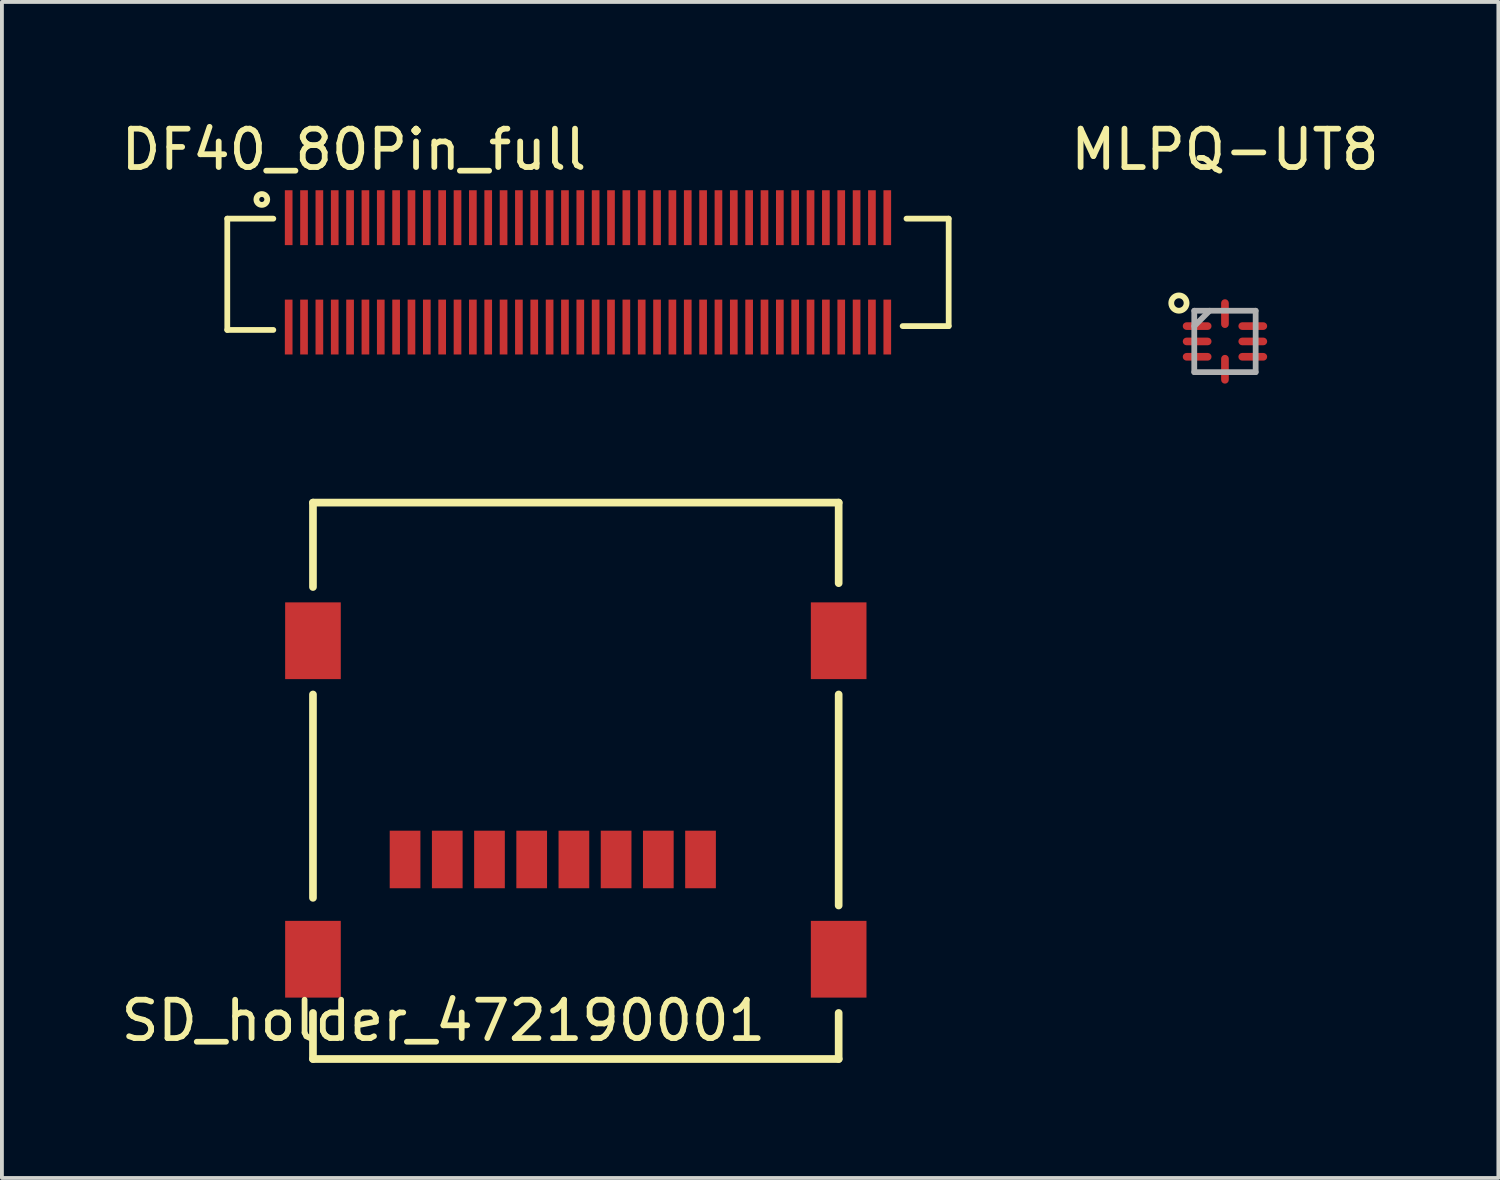
<source format=kicad_pcb>
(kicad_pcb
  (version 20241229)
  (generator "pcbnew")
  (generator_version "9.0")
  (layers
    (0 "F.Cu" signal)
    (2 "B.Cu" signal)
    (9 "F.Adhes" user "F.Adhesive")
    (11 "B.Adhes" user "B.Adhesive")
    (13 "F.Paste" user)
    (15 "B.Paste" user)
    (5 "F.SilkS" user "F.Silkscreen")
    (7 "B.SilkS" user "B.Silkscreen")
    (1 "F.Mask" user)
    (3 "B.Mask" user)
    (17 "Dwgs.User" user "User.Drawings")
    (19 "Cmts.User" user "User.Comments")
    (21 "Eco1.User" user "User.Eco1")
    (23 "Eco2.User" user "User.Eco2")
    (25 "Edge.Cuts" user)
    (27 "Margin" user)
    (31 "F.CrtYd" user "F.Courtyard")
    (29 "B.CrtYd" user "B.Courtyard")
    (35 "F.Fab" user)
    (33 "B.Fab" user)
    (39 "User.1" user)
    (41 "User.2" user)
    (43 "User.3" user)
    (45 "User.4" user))
  (footprint "SD_holder_472190001"
    (layer "F.Cu")
    (at 11.206 19.348)
    (property "Reference" "SD_holder_472190001" (at -2.7 4.2 0) (layer "F.SilkS") (effects (font (size 1 1) (thickness 0.15))))
    (attr through_hole)
    (fp_line (start -6.1 -9.3) (end 7.6 -9.3) (stroke (width 0.2) (type solid)) (layer "F.SilkS"))
    (fp_line (start -6.1 -7.1) (end -6.1 -9.3) (stroke (width 0.2) (type solid)) (layer "F.SilkS"))
    (fp_line (start -6.1 -4.3) (end -6.1 1) (stroke (width 0.2) (type solid)) (layer "F.SilkS"))
    (fp_line (start -6.1 4) (end -6.1 5.2) (stroke (width 0.2) (type solid)) (layer "F.SilkS"))
    (fp_line (start -6.1 5.2) (end 7.6 5.2) (stroke (width 0.2) (type solid)) (layer "F.SilkS"))
    (fp_line (start 7.6 -9.3) (end 7.6 -7.2) (stroke (width 0.2) (type solid)) (layer "F.SilkS"))
    (fp_line (start 7.6 1.2) (end 7.6 -4.3) (stroke (width 0.2) (type solid)) (layer "F.SilkS"))
    (fp_line (start 7.6 5.2) (end 7.6 4) (stroke (width 0.2) (type solid)) (layer "F.SilkS"))
    (pad "1" smd rect (at 4 0) (size 0.8 1.5) (layers "F.Cu" "F.Mask" "F.Paste"))
    (pad "2" smd rect (at 2.9 0) (size 0.8 1.5) (layers "F.Cu" "F.Mask" "F.Paste"))
    (pad "3" smd rect (at 1.8 0) (size 0.8 1.5) (layers "F.Cu" "F.Mask" "F.Paste"))
    (pad "4" smd rect (at 0.7 0) (size 0.8 1.5) (layers "F.Cu" "F.Mask" "F.Paste"))
    (pad "5" smd rect (at -0.4 0) (size 0.8 1.5) (layers "F.Cu" "F.Mask" "F.Paste"))
    (pad "6" smd rect (at -1.5 0) (size 0.8 1.5) (layers "F.Cu" "F.Mask" "F.Paste"))
    (pad "7" smd rect (at -2.6 0) (size 0.8 1.5) (layers "F.Cu" "F.Mask" "F.Paste"))
    (pad "8" smd rect (at -3.7 0) (size 0.8 1.5) (layers "F.Cu" "F.Mask" "F.Paste"))
    (pad "9" smd rect (at -6.1 -5.7) (size 1.45 2) (layers "F.Cu" "F.Mask" "F.Paste"))
    (pad "9" smd rect (at -6.1 2.6) (size 1.45 2) (layers "F.Cu" "F.Mask" "F.Paste"))
    (pad "9" smd rect (at 7.6 -5.7) (size 1.45 2) (layers "F.Cu" "F.Mask" "F.Paste"))
    (pad "9" smd rect (at 7.6 2.6) (size 1.45 2) (layers "F.Cu" "F.Mask" "F.Paste")))
  (footprint "MLPQ-UT8"
    (layer "F.Cu")
    (at 28.873 5.848)
    (property "Reference" "MLPQ-UT8" (at 0 -5 0) (layer "F.SilkS") (effects (font (size 1 1) (thickness 0.15))))
    (attr through_hole)
    (fp_circle (center -1.2 -1) (end -1.2 -0.8) (stroke (width 0.15) (type solid)) (fill no) (layer "F.SilkS"))
    (fp_line (start -0.8 -0.8) (end 0.8 -0.8) (stroke (width 0.15) (type solid)) (layer "F.Fab"))
    (fp_line (start -0.8 -0.4) (end -0.4 -0.8) (stroke (width 0.15) (type solid)) (layer "F.Fab"))
    (fp_line (start -0.8 0.8) (end -0.8 -0.8) (stroke (width 0.15) (type solid)) (layer "F.Fab"))
    (fp_line (start 0.8 -0.8) (end 0.8 0.8) (stroke (width 0.15) (type solid)) (layer "F.Fab"))
    (fp_line (start 0.8 0.8) (end -0.8 0.8) (stroke (width 0.15) (type solid)) (layer "F.Fab"))
    (pad "1" smd roundrect (at -0.725 -0.4 180) (size 0.75 0.2) (layers "F.Cu" "F.Mask" "F.Paste") (roundrect_rratio 0.5))
    (pad "2" smd roundrect (at -0.725 0 180) (size 0.75 0.2) (layers "F.Cu" "F.Mask" "F.Paste") (roundrect_rratio 0.5))
    (pad "3" smd roundrect (at -0.725 0.4 180) (size 0.75 0.2) (layers "F.Cu" "F.Mask" "F.Paste") (roundrect_rratio 0.5))
    (pad "4" smd roundrect (at 0 0.725 90) (size 0.75 0.2) (layers "F.Cu" "F.Mask" "F.Paste") (roundrect_rratio 0.5))
    (pad "5" smd roundrect (at 0.725 0.4 180) (size 0.75 0.2) (layers "F.Cu" "F.Mask" "F.Paste") (roundrect_rratio 0.5))
    (pad "6" smd roundrect (at 0.725 0 180) (size 0.75 0.2) (layers "F.Cu" "F.Mask" "F.Paste") (roundrect_rratio 0.5))
    (pad "7" smd roundrect (at 0.725 -0.4 180) (size 0.75 0.2) (layers "F.Cu" "F.Mask" "F.Paste") (roundrect_rratio 0.5))
    (pad "8" smd roundrect (at 0 -0.725 90) (size 0.75 0.2) (layers "F.Cu" "F.Mask" "F.Paste") (roundrect_rratio 0.5)))
  (footprint "DF40_80Pin_full"
    (layer "F.Cu")
    (at 12.273 4.048)
    (property "Reference" "DF40_80Pin_full" (at -6.1 -3.2 0) (layer "F.SilkS") (effects (font (size 1 1) (thickness 0.15))))
    (attr through_hole)
    (fp_line (start -9.4 -1.4) (end -9.4 1.5) (stroke (width 0.15) (type solid)) (layer "F.SilkS"))
    (fp_line (start -9.4 -1.4) (end -8.2 -1.4) (stroke (width 0.15) (type solid)) (layer "F.SilkS"))
    (fp_line (start -9.4 1.5) (end -8.2 1.5) (stroke (width 0.15) (type solid)) (layer "F.SilkS"))
    (fp_line (start 9.4 -1.4) (end 8.3 -1.4) (stroke (width 0.15) (type solid)) (layer "F.SilkS"))
    (fp_line (start 9.4 -1.4) (end 9.4 1.4) (stroke (width 0.15) (type solid)) (layer "F.SilkS"))
    (fp_line (start 9.4 1.4) (end 8.2 1.4) (stroke (width 0.15) (type solid)) (layer "F.SilkS"))
    (fp_circle (center -8.5 -1.9) (end -8.4 -1.8) (stroke (width 0.15) (type solid)) (fill no) (layer "F.SilkS"))
    (pad "1" smd rect (at -7.8 -1.425) (size 0.2 1.43) (layers "F.Cu" "F.Mask" "F.Paste"))
    (pad "2" smd rect (at -7.8 1.425) (size 0.2 1.43) (layers "F.Cu" "F.Mask" "F.Paste"))
    (pad "3" smd rect (at -7.4 -1.425) (size 0.2 1.43) (layers "F.Cu" "F.Mask" "F.Paste"))
    (pad "4" smd rect (at -7.4 1.425) (size 0.2 1.43) (layers "F.Cu" "F.Mask" "F.Paste"))
    (pad "5" smd rect (at -7 -1.425) (size 0.2 1.43) (layers "F.Cu" "F.Mask" "F.Paste"))
    (pad "6" smd rect (at -7 1.425) (size 0.2 1.43) (layers "F.Cu" "F.Mask" "F.Paste"))
    (pad "7" smd rect (at -6.6 -1.425) (size 0.2 1.43) (layers "F.Cu" "F.Mask" "F.Paste"))
    (pad "8" smd rect (at -6.6 1.425) (size 0.2 1.43) (layers "F.Cu" "F.Mask" "F.Paste"))
    (pad "9" smd rect (at -6.2 -1.425) (size 0.2 1.43) (layers "F.Cu" "F.Mask" "F.Paste"))
    (pad "10" smd rect (at -6.2 1.425) (size 0.2 1.43) (layers "F.Cu" "F.Mask" "F.Paste"))
    (pad "11" smd rect (at -5.8 -1.425) (size 0.2 1.43) (layers "F.Cu" "F.Mask" "F.Paste"))
    (pad "12" smd rect (at -5.8 1.425) (size 0.2 1.43) (layers "F.Cu" "F.Mask" "F.Paste"))
    (pad "13" smd rect (at -5.4 -1.425) (size 0.2 1.43) (layers "F.Cu" "F.Mask" "F.Paste"))
    (pad "14" smd rect (at -5.4 1.425) (size 0.2 1.43) (layers "F.Cu" "F.Mask" "F.Paste"))
    (pad "15" smd rect (at -5 -1.425) (size 0.2 1.43) (layers "F.Cu" "F.Mask" "F.Paste"))
    (pad "16" smd rect (at -5 1.425) (size 0.2 1.43) (layers "F.Cu" "F.Mask" "F.Paste"))
    (pad "17" smd rect (at -4.6 -1.425) (size 0.2 1.43) (layers "F.Cu" "F.Mask" "F.Paste"))
    (pad "18" smd rect (at -4.6 1.425) (size 0.2 1.43) (layers "F.Cu" "F.Mask" "F.Paste"))
    (pad "19" smd rect (at -4.2 -1.425) (size 0.2 1.43) (layers "F.Cu" "F.Mask" "F.Paste"))
    (pad "20" smd rect (at -4.2 1.425) (size 0.2 1.43) (layers "F.Cu" "F.Mask" "F.Paste"))
    (pad "21" smd rect (at -3.8 -1.425) (size 0.2 1.43) (layers "F.Cu" "F.Mask" "F.Paste"))
    (pad "22" smd rect (at -3.8 1.425) (size 0.2 1.43) (layers "F.Cu" "F.Mask" "F.Paste"))
    (pad "23" smd rect (at -3.4 -1.425) (size 0.2 1.43) (layers "F.Cu" "F.Mask" "F.Paste"))
    (pad "24" smd rect (at -3.4 1.425) (size 0.2 1.43) (layers "F.Cu" "F.Mask" "F.Paste"))
    (pad "25" smd rect (at -3 -1.425) (size 0.2 1.43) (layers "F.Cu" "F.Mask" "F.Paste"))
    (pad "26" smd rect (at -3 1.425) (size 0.2 1.43) (layers "F.Cu" "F.Mask" "F.Paste"))
    (pad "27" smd rect (at -2.6 -1.425) (size 0.2 1.43) (layers "F.Cu" "F.Mask" "F.Paste"))
    (pad "28" smd rect (at -2.6 1.425) (size 0.2 1.43) (layers "F.Cu" "F.Mask" "F.Paste"))
    (pad "29" smd rect (at -2.2 -1.425) (size 0.2 1.43) (layers "F.Cu" "F.Mask" "F.Paste"))
    (pad "30" smd rect (at -2.2 1.425) (size 0.2 1.43) (layers "F.Cu" "F.Mask" "F.Paste"))
    (pad "31" smd rect (at -1.8 -1.425) (size 0.2 1.43) (layers "F.Cu" "F.Mask" "F.Paste"))
    (pad "32" smd rect (at -1.8 1.425) (size 0.2 1.43) (layers "F.Cu" "F.Mask" "F.Paste"))
    (pad "33" smd rect (at -1.4 -1.425) (size 0.2 1.43) (layers "F.Cu" "F.Mask" "F.Paste"))
    (pad "34" smd rect (at -1.4 1.425) (size 0.2 1.43) (layers "F.Cu" "F.Mask" "F.Paste"))
    (pad "35" smd rect (at -1 -1.425) (size 0.2 1.43) (layers "F.Cu" "F.Mask" "F.Paste"))
    (pad "36" smd rect (at -1 1.425) (size 0.2 1.43) (layers "F.Cu" "F.Mask" "F.Paste"))
    (pad "37" smd rect (at -0.6 -1.425) (size 0.2 1.43) (layers "F.Cu" "F.Mask" "F.Paste"))
    (pad "38" smd rect (at -0.6 1.425) (size 0.2 1.43) (layers "F.Cu" "F.Mask" "F.Paste"))
    (pad "39" smd rect (at -0.2 -1.425) (size 0.2 1.43) (layers "F.Cu" "F.Mask" "F.Paste"))
    (pad "40" smd rect (at -0.2 1.425) (size 0.2 1.43) (layers "F.Cu" "F.Mask" "F.Paste"))
    (pad "41" smd rect (at 0.2 -1.425) (size 0.2 1.43) (layers "F.Cu" "F.Mask" "F.Paste"))
    (pad "42" smd rect (at 0.2 1.425) (size 0.2 1.43) (layers "F.Cu" "F.Mask" "F.Paste"))
    (pad "43" smd rect (at 0.6 -1.425) (size 0.2 1.43) (layers "F.Cu" "F.Mask" "F.Paste"))
    (pad "44" smd rect (at 0.6 1.425) (size 0.2 1.43) (layers "F.Cu" "F.Mask" "F.Paste"))
    (pad "45" smd rect (at 1 -1.425) (size 0.2 1.43) (layers "F.Cu" "F.Mask" "F.Paste"))
    (pad "46" smd rect (at 1 1.425) (size 0.2 1.43) (layers "F.Cu" "F.Mask" "F.Paste"))
    (pad "47" smd rect (at 1.4 -1.425) (size 0.2 1.43) (layers "F.Cu" "F.Mask" "F.Paste"))
    (pad "48" smd rect (at 1.4 1.425) (size 0.2 1.43) (layers "F.Cu" "F.Mask" "F.Paste"))
    (pad "49" smd rect (at 1.8 -1.425) (size 0.2 1.43) (layers "F.Cu" "F.Mask" "F.Paste"))
    (pad "50" smd rect (at 1.8 1.425) (size 0.2 1.43) (layers "F.Cu" "F.Mask" "F.Paste"))
    (pad "51" smd rect (at 2.2 -1.425) (size 0.2 1.43) (layers "F.Cu" "F.Mask" "F.Paste"))
    (pad "52" smd rect (at 2.2 1.425) (size 0.2 1.43) (layers "F.Cu" "F.Mask" "F.Paste"))
    (pad "53" smd rect (at 2.6 -1.425) (size 0.2 1.43) (layers "F.Cu" "F.Mask" "F.Paste"))
    (pad "54" smd rect (at 2.6 1.425) (size 0.2 1.43) (layers "F.Cu" "F.Mask" "F.Paste"))
    (pad "55" smd rect (at 3 -1.425) (size 0.2 1.43) (layers "F.Cu" "F.Mask" "F.Paste"))
    (pad "56" smd rect (at 3 1.425) (size 0.2 1.43) (layers "F.Cu" "F.Mask" "F.Paste"))
    (pad "57" smd rect (at 3.4 -1.425) (size 0.2 1.43) (layers "F.Cu" "F.Mask" "F.Paste"))
    (pad "58" smd rect (at 3.4 1.425) (size 0.2 1.43) (layers "F.Cu" "F.Mask" "F.Paste"))
    (pad "59" smd rect (at 3.8 -1.425) (size 0.2 1.43) (layers "F.Cu" "F.Mask" "F.Paste"))
    (pad "60" smd rect (at 3.8 1.425) (size 0.2 1.43) (layers "F.Cu" "F.Mask" "F.Paste"))
    (pad "61" smd rect (at 4.2 -1.425) (size 0.2 1.43) (layers "F.Cu" "F.Mask" "F.Paste"))
    (pad "62" smd rect (at 4.2 1.425) (size 0.2 1.43) (layers "F.Cu" "F.Mask" "F.Paste"))
    (pad "63" smd rect (at 4.6 -1.425) (size 0.2 1.43) (layers "F.Cu" "F.Mask" "F.Paste"))
    (pad "64" smd rect (at 4.6 1.425) (size 0.2 1.43) (layers "F.Cu" "F.Mask" "F.Paste"))
    (pad "65" smd rect (at 5 -1.425) (size 0.2 1.43) (layers "F.Cu" "F.Mask" "F.Paste"))
    (pad "66" smd rect (at 5 1.425) (size 0.2 1.43) (layers "F.Cu" "F.Mask" "F.Paste"))
    (pad "67" smd rect (at 5.4 -1.425) (size 0.2 1.43) (layers "F.Cu" "F.Mask" "F.Paste"))
    (pad "68" smd rect (at 5.4 1.425) (size 0.2 1.43) (layers "F.Cu" "F.Mask" "F.Paste"))
    (pad "69" smd rect (at 5.8 -1.425) (size 0.2 1.43) (layers "F.Cu" "F.Mask" "F.Paste"))
    (pad "70" smd rect (at 5.8 1.425) (size 0.2 1.43) (layers "F.Cu" "F.Mask" "F.Paste"))
    (pad "71" smd rect (at 6.2 -1.425) (size 0.2 1.43) (layers "F.Cu" "F.Mask" "F.Paste"))
    (pad "72" smd rect (at 6.2 1.425) (size 0.2 1.43) (layers "F.Cu" "F.Mask" "F.Paste"))
    (pad "73" smd rect (at 6.6 -1.425) (size 0.2 1.43) (layers "F.Cu" "F.Mask" "F.Paste"))
    (pad "74" smd rect (at 6.6 1.425) (size 0.2 1.43) (layers "F.Cu" "F.Mask" "F.Paste"))
    (pad "75" smd rect (at 7 -1.425) (size 0.2 1.43) (layers "F.Cu" "F.Mask" "F.Paste"))
    (pad "76" smd rect (at 7 1.425) (size 0.2 1.43) (layers "F.Cu" "F.Mask" "F.Paste"))
    (pad "77" smd rect (at 7.4 -1.425) (size 0.2 1.43) (layers "F.Cu" "F.Mask" "F.Paste"))
    (pad "78" smd rect (at 7.4 1.425) (size 0.2 1.43) (layers "F.Cu" "F.Mask" "F.Paste"))
    (pad "79" smd rect (at 7.8 -1.425) (size 0.2 1.43) (layers "F.Cu" "F.Mask" "F.Paste"))
    (pad "80" smd rect (at 7.8 1.425) (size 0.2 1.43) (layers "F.Cu" "F.Mask" "F.Paste")))
  (gr_rect
    (start -3 -3)
    (end 35.998 27.648)
    (stroke (width 0.1) (type default))
    (fill no)
    (layer "Edge.Cuts")))
</source>
